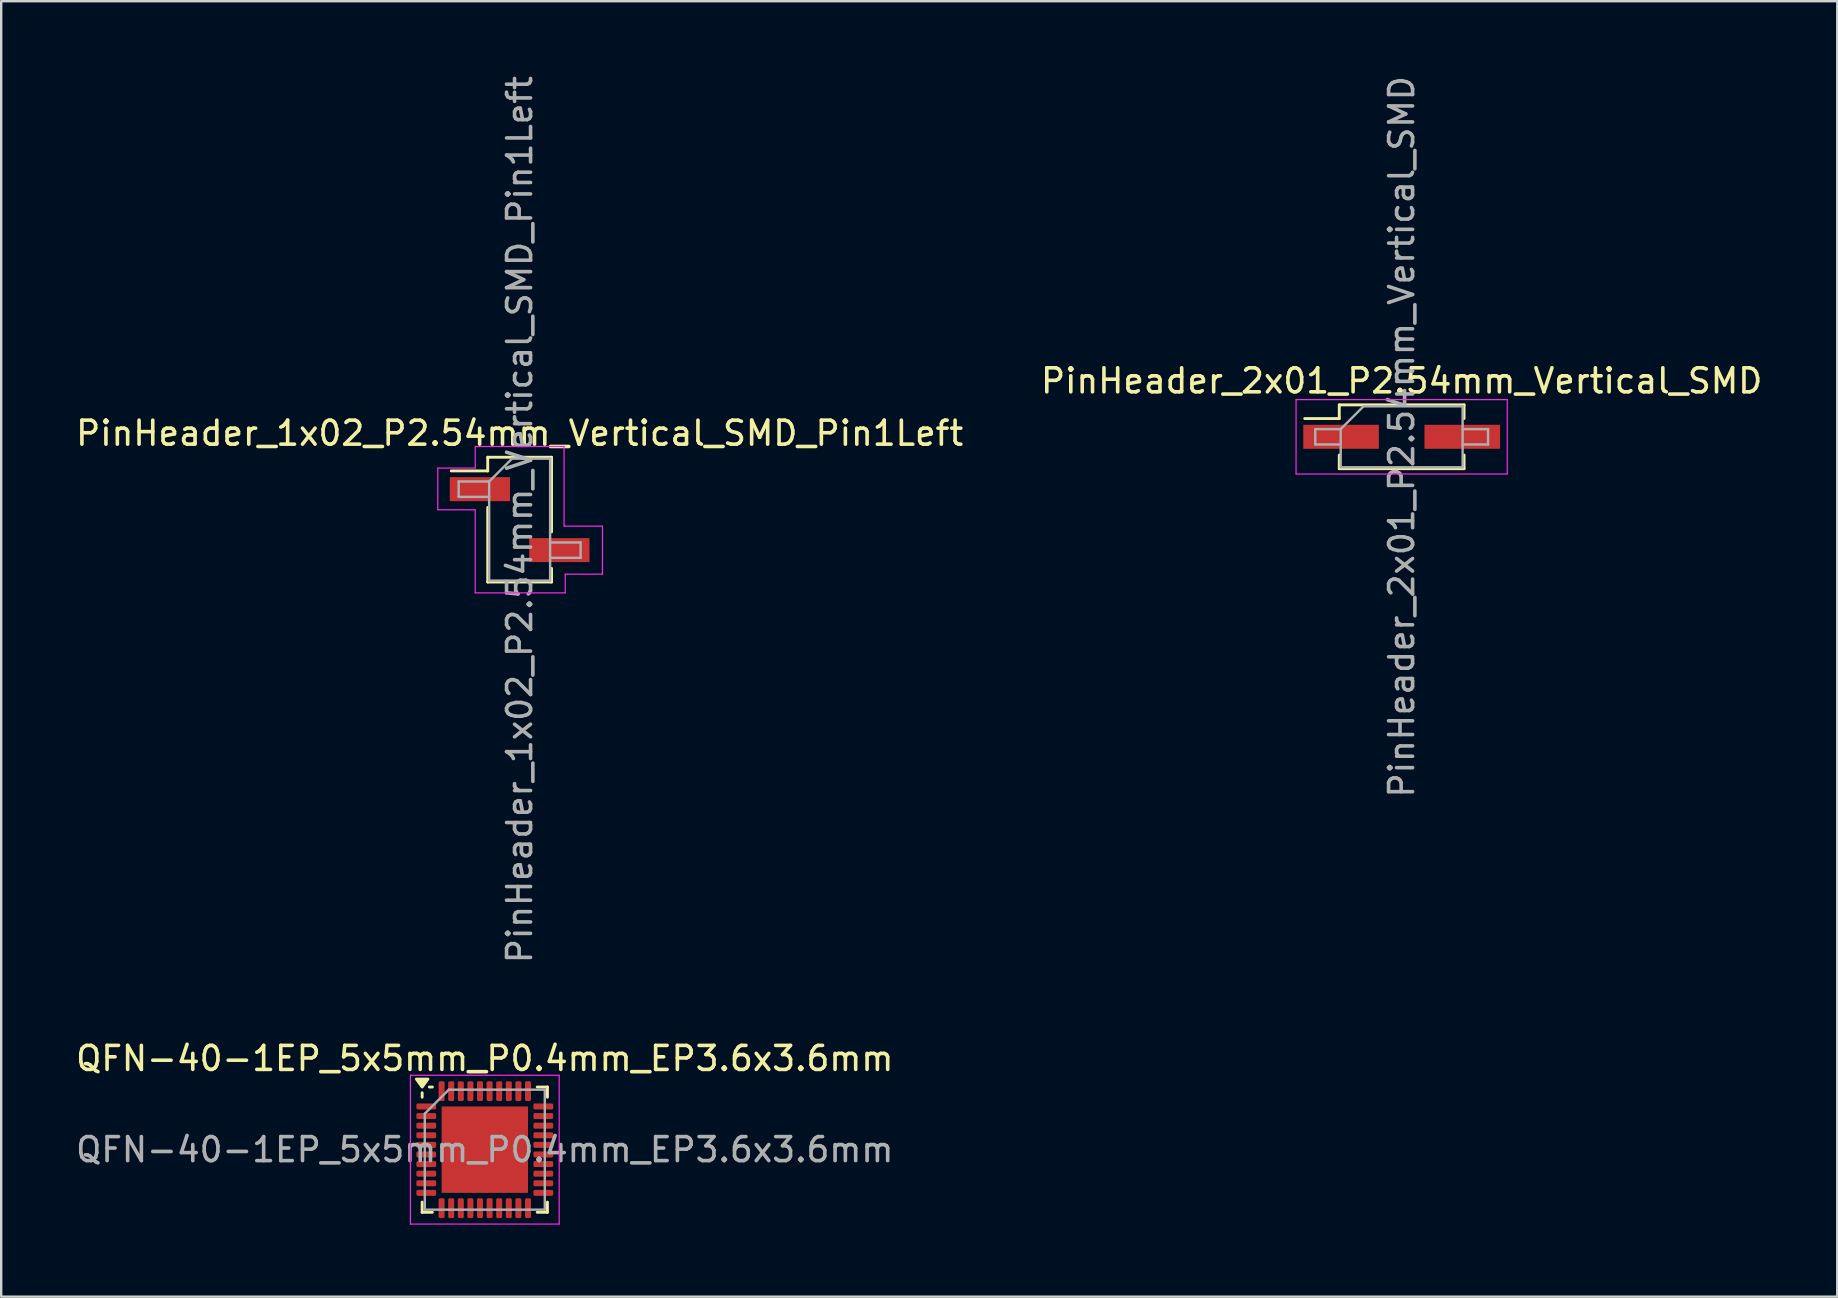
<source format=kicad_pcb>
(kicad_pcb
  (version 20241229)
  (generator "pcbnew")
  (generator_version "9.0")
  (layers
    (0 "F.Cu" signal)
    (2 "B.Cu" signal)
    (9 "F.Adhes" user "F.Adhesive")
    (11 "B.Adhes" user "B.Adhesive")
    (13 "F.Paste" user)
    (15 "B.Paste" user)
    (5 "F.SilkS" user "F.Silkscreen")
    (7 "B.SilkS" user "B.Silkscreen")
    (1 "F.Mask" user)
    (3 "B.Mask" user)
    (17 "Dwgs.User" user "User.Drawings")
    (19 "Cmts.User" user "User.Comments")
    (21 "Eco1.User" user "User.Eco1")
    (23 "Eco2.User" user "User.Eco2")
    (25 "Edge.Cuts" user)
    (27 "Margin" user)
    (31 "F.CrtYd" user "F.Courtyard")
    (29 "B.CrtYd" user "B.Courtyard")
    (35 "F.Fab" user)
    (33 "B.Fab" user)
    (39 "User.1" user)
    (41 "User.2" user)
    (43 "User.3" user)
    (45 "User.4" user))
  (footprint "QFN-40-1EP_5x5mm_P0.4mm_EP3.6x3.6mm"
    (layer "F.Cu")
    (at 17.149 44.851)
    (property "Reference" "QFN-40-1EP_5x5mm_P0.4mm_EP3.6x3.6mm" (at 0 -3.8 0) (layer "F.SilkS") (effects (font (size 1 1) (thickness 0.15))))
    (attr smd)
    (fp_line (start -2.61 -2.185) (end -2.61 -2.37) (stroke (width 0.12) (type solid)) (layer "F.SilkS"))
    (fp_line (start -2.61 2.61) (end -2.61 2.185) (stroke (width 0.12) (type solid)) (layer "F.SilkS"))
    (fp_line (start -2.185 -2.61) (end -2.31 -2.61) (stroke (width 0.12) (type solid)) (layer "F.SilkS"))
    (fp_line (start -2.185 2.61) (end -2.61 2.61) (stroke (width 0.12) (type solid)) (layer "F.SilkS"))
    (fp_line (start 2.185 -2.61) (end 2.61 -2.61) (stroke (width 0.12) (type solid)) (layer "F.SilkS"))
    (fp_line (start 2.185 2.61) (end 2.61 2.61) (stroke (width 0.12) (type solid)) (layer "F.SilkS"))
    (fp_line (start 2.61 -2.61) (end 2.61 -2.185) (stroke (width 0.12) (type solid)) (layer "F.SilkS"))
    (fp_line (start 2.61 2.61) (end 2.61 2.185) (stroke (width 0.12) (type solid)) (layer "F.SilkS"))
    (fp_poly (pts (xy -2.61 -2.61) (xy -2.85 -2.94) (xy -2.37 -2.94) (xy -2.61 -2.61)) (stroke (width 0.12) (type solid)) (fill yes) (layer "F.SilkS"))
    (fp_line (start -3.1 -3.1) (end -3.1 3.1) (stroke (width 0.05) (type solid)) (layer "F.CrtYd"))
    (fp_line (start -3.1 3.1) (end 3.1 3.1) (stroke (width 0.05) (type solid)) (layer "F.CrtYd"))
    (fp_line (start 3.1 -3.1) (end -3.1 -3.1) (stroke (width 0.05) (type solid)) (layer "F.CrtYd"))
    (fp_line (start 3.1 3.1) (end 3.1 -3.1) (stroke (width 0.05) (type solid)) (layer "F.CrtYd"))
    (fp_line (start -2.5 -1.5) (end -1.5 -2.5) (stroke (width 0.1) (type solid)) (layer "F.Fab"))
    (fp_line (start -2.5 2.5) (end -2.5 -1.5) (stroke (width 0.1) (type solid)) (layer "F.Fab"))
    (fp_line (start -1.5 -2.5) (end 2.5 -2.5) (stroke (width 0.1) (type solid)) (layer "F.Fab"))
    (fp_line (start 2.5 -2.5) (end 2.5 2.5) (stroke (width 0.1) (type solid)) (layer "F.Fab"))
    (fp_line (start 2.5 2.5) (end -2.5 2.5) (stroke (width 0.1) (type solid)) (layer "F.Fab"))
    (fp_text user "${REFERENCE}" (at 0 0 0) (layer "F.Fab") (effects (font (size 1 1) (thickness 0.15))))
    (pad "" smd roundrect (at -1.2 -1.2) (size 0.97 0.97) (layers "F.Paste") (roundrect_rratio 0.25))
    (pad "" smd roundrect (at -1.2 0) (size 0.97 0.97) (layers "F.Paste") (roundrect_rratio 0.25))
    (pad "" smd roundrect (at -1.2 1.2) (size 0.97 0.97) (layers "F.Paste") (roundrect_rratio 0.25))
    (pad "" smd roundrect (at 0 -1.2) (size 0.97 0.97) (layers "F.Paste") (roundrect_rratio 0.25))
    (pad "" smd roundrect (at 0 0) (size 0.97 0.97) (layers "F.Paste") (roundrect_rratio 0.25))
    (pad "" smd roundrect (at 0 1.2) (size 0.97 0.97) (layers "F.Paste") (roundrect_rratio 0.25))
    (pad "" smd roundrect (at 1.2 -1.2) (size 0.97 0.97) (layers "F.Paste") (roundrect_rratio 0.25))
    (pad "" smd roundrect (at 1.2 0) (size 0.97 0.97) (layers "F.Paste") (roundrect_rratio 0.25))
    (pad "" smd roundrect (at 1.2 1.2) (size 0.97 0.97) (layers "F.Paste") (roundrect_rratio 0.25))
    (pad "1" smd roundrect (at -2.438 -1.8) (size 0.825 0.25) (layers "F.Cu" "F.Mask" "F.Paste") (roundrect_rratio 0.25))
    (pad "2" smd roundrect (at -2.438 -1.4) (size 0.825 0.25) (layers "F.Cu" "F.Mask" "F.Paste") (roundrect_rratio 0.25))
    (pad "3" smd roundrect (at -2.438 -1) (size 0.825 0.25) (layers "F.Cu" "F.Mask" "F.Paste") (roundrect_rratio 0.25))
    (pad "4" smd roundrect (at -2.438 -0.6) (size 0.825 0.25) (layers "F.Cu" "F.Mask" "F.Paste") (roundrect_rratio 0.25))
    (pad "5" smd roundrect (at -2.438 -0.2) (size 0.825 0.25) (layers "F.Cu" "F.Mask" "F.Paste") (roundrect_rratio 0.25))
    (pad "6" smd roundrect (at -2.438 0.2) (size 0.825 0.25) (layers "F.Cu" "F.Mask" "F.Paste") (roundrect_rratio 0.25))
    (pad "7" smd roundrect (at -2.438 0.6) (size 0.825 0.25) (layers "F.Cu" "F.Mask" "F.Paste") (roundrect_rratio 0.25))
    (pad "8" smd roundrect (at -2.438 1) (size 0.825 0.25) (layers "F.Cu" "F.Mask" "F.Paste") (roundrect_rratio 0.25))
    (pad "9" smd roundrect (at -2.438 1.4) (size 0.825 0.25) (layers "F.Cu" "F.Mask" "F.Paste") (roundrect_rratio 0.25))
    (pad "10" smd roundrect (at -2.438 1.8) (size 0.825 0.25) (layers "F.Cu" "F.Mask" "F.Paste") (roundrect_rratio 0.25))
    (pad "11" smd roundrect (at -1.8 2.438) (size 0.25 0.825) (layers "F.Cu" "F.Mask" "F.Paste") (roundrect_rratio 0.25))
    (pad "12" smd roundrect (at -1.4 2.438) (size 0.25 0.825) (layers "F.Cu" "F.Mask" "F.Paste") (roundrect_rratio 0.25))
    (pad "13" smd roundrect (at -1 2.438) (size 0.25 0.825) (layers "F.Cu" "F.Mask" "F.Paste") (roundrect_rratio 0.25))
    (pad "14" smd roundrect (at -0.6 2.438) (size 0.25 0.825) (layers "F.Cu" "F.Mask" "F.Paste") (roundrect_rratio 0.25))
    (pad "15" smd roundrect (at -0.2 2.438) (size 0.25 0.825) (layers "F.Cu" "F.Mask" "F.Paste") (roundrect_rratio 0.25))
    (pad "16" smd roundrect (at 0.2 2.438) (size 0.25 0.825) (layers "F.Cu" "F.Mask" "F.Paste") (roundrect_rratio 0.25))
    (pad "17" smd roundrect (at 0.6 2.438) (size 0.25 0.825) (layers "F.Cu" "F.Mask" "F.Paste") (roundrect_rratio 0.25))
    (pad "18" smd roundrect (at 1 2.438) (size 0.25 0.825) (layers "F.Cu" "F.Mask" "F.Paste") (roundrect_rratio 0.25))
    (pad "19" smd roundrect (at 1.4 2.438) (size 0.25 0.825) (layers "F.Cu" "F.Mask" "F.Paste") (roundrect_rratio 0.25))
    (pad "20" smd roundrect (at 1.8 2.438) (size 0.25 0.825) (layers "F.Cu" "F.Mask" "F.Paste") (roundrect_rratio 0.25))
    (pad "21" smd roundrect (at 2.438 1.8) (size 0.825 0.25) (layers "F.Cu" "F.Mask" "F.Paste") (roundrect_rratio 0.25))
    (pad "22" smd roundrect (at 2.438 1.4) (size 0.825 0.25) (layers "F.Cu" "F.Mask" "F.Paste") (roundrect_rratio 0.25))
    (pad "23" smd roundrect (at 2.438 1) (size 0.825 0.25) (layers "F.Cu" "F.Mask" "F.Paste") (roundrect_rratio 0.25))
    (pad "24" smd roundrect (at 2.438 0.6) (size 0.825 0.25) (layers "F.Cu" "F.Mask" "F.Paste") (roundrect_rratio 0.25))
    (pad "25" smd roundrect (at 2.438 0.2) (size 0.825 0.25) (layers "F.Cu" "F.Mask" "F.Paste") (roundrect_rratio 0.25))
    (pad "26" smd roundrect (at 2.438 -0.2) (size 0.825 0.25) (layers "F.Cu" "F.Mask" "F.Paste") (roundrect_rratio 0.25))
    (pad "27" smd roundrect (at 2.438 -0.6) (size 0.825 0.25) (layers "F.Cu" "F.Mask" "F.Paste") (roundrect_rratio 0.25))
    (pad "28" smd roundrect (at 2.438 -1) (size 0.825 0.25) (layers "F.Cu" "F.Mask" "F.Paste") (roundrect_rratio 0.25))
    (pad "29" smd roundrect (at 2.438 -1.4) (size 0.825 0.25) (layers "F.Cu" "F.Mask" "F.Paste") (roundrect_rratio 0.25))
    (pad "30" smd roundrect (at 2.438 -1.8) (size 0.825 0.25) (layers "F.Cu" "F.Mask" "F.Paste") (roundrect_rratio 0.25))
    (pad "31" smd roundrect (at 1.8 -2.438) (size 0.25 0.825) (layers "F.Cu" "F.Mask" "F.Paste") (roundrect_rratio 0.25))
    (pad "32" smd roundrect (at 1.4 -2.438) (size 0.25 0.825) (layers "F.Cu" "F.Mask" "F.Paste") (roundrect_rratio 0.25))
    (pad "33" smd roundrect (at 1 -2.438) (size 0.25 0.825) (layers "F.Cu" "F.Mask" "F.Paste") (roundrect_rratio 0.25))
    (pad "34" smd roundrect (at 0.6 -2.438) (size 0.25 0.825) (layers "F.Cu" "F.Mask" "F.Paste") (roundrect_rratio 0.25))
    (pad "35" smd roundrect (at 0.2 -2.438) (size 0.25 0.825) (layers "F.Cu" "F.Mask" "F.Paste") (roundrect_rratio 0.25))
    (pad "36" smd roundrect (at -0.2 -2.438) (size 0.25 0.825) (layers "F.Cu" "F.Mask" "F.Paste") (roundrect_rratio 0.25))
    (pad "37" smd roundrect (at -0.6 -2.438) (size 0.25 0.825) (layers "F.Cu" "F.Mask" "F.Paste") (roundrect_rratio 0.25))
    (pad "38" smd roundrect (at -1 -2.438) (size 0.25 0.825) (layers "F.Cu" "F.Mask" "F.Paste") (roundrect_rratio 0.25))
    (pad "39" smd roundrect (at -1.4 -2.438) (size 0.25 0.825) (layers "F.Cu" "F.Mask" "F.Paste") (roundrect_rratio 0.25))
    (pad "40" smd roundrect (at -1.8 -2.438) (size 0.25 0.825) (layers "F.Cu" "F.Mask" "F.Paste") (roundrect_rratio 0.25))
    (pad "41" smd rect (at 0 0) (size 3.6 3.6) (property pad_prop_heatsink) (layers "F.Cu" "F.Mask")))
  (footprint "PinHeader_2x01_P2.54mm_Vertical_SMD"
    (layer "F.Cu")
    (at 55.351 15.149)
    (property "Reference" "PinHeader_2x01_P2.54mm_Vertical_SMD" (at 0 -2.33 0) (layer "F.SilkS") (effects (font (size 1 1) (thickness 0.15))))
    (attr smd)
    (fp_line (start -4.04 -0.76) (end -2.6 -0.76) (stroke (width 0.12) (type solid)) (layer "F.SilkS"))
    (fp_line (start -2.6 -1.33) (end -2.6 -0.76) (stroke (width 0.12) (type solid)) (layer "F.SilkS"))
    (fp_line (start -2.6 -1.33) (end 2.6 -1.33) (stroke (width 0.12) (type solid)) (layer "F.SilkS"))
    (fp_line (start -2.6 0.76) (end -2.6 1.33) (stroke (width 0.12) (type solid)) (layer "F.SilkS"))
    (fp_line (start -2.6 1.33) (end 2.6 1.33) (stroke (width 0.12) (type solid)) (layer "F.SilkS"))
    (fp_line (start 2.6 -1.33) (end 2.6 -0.76) (stroke (width 0.12) (type solid)) (layer "F.SilkS"))
    (fp_line (start 2.6 0.76) (end 2.6 1.33) (stroke (width 0.12) (type solid)) (layer "F.SilkS"))
    (fp_line (start -4.4 -1.55) (end -4.4 1.55) (stroke (width 0.05) (type solid)) (layer "F.CrtYd"))
    (fp_line (start -4.4 1.55) (end 4.4 1.55) (stroke (width 0.05) (type solid)) (layer "F.CrtYd"))
    (fp_line (start 4.4 -1.55) (end -4.4 -1.55) (stroke (width 0.05) (type solid)) (layer "F.CrtYd"))
    (fp_line (start 4.4 1.55) (end 4.4 -1.55) (stroke (width 0.05) (type solid)) (layer "F.CrtYd"))
    (fp_line (start -3.6 -0.32) (end -3.6 0.32) (stroke (width 0.1) (type solid)) (layer "F.Fab"))
    (fp_line (start -3.6 0.32) (end -2.54 0.32) (stroke (width 0.1) (type solid)) (layer "F.Fab"))
    (fp_line (start -2.54 -0.32) (end -3.6 -0.32) (stroke (width 0.1) (type solid)) (layer "F.Fab"))
    (fp_line (start -2.54 -0.32) (end -1.59 -1.27) (stroke (width 0.1) (type solid)) (layer "F.Fab"))
    (fp_line (start -2.54 1.27) (end -2.54 -0.32) (stroke (width 0.1) (type solid)) (layer "F.Fab"))
    (fp_line (start -1.59 -1.27) (end 2.54 -1.27) (stroke (width 0.1) (type solid)) (layer "F.Fab"))
    (fp_line (start 2.54 -1.27) (end 2.54 1.27) (stroke (width 0.1) (type solid)) (layer "F.Fab"))
    (fp_line (start 2.54 -0.32) (end 3.6 -0.32) (stroke (width 0.1) (type solid)) (layer "F.Fab"))
    (fp_line (start 2.54 1.27) (end -2.54 1.27) (stroke (width 0.1) (type solid)) (layer "F.Fab"))
    (fp_line (start 3.6 -0.32) (end 3.6 0.32) (stroke (width 0.1) (type solid)) (layer "F.Fab"))
    (fp_line (start 3.6 0.32) (end 2.54 0.32) (stroke (width 0.1) (type solid)) (layer "F.Fab"))
    (fp_text user "${REFERENCE}" (at 0 0 90) (layer "F.Fab") (effects (font (size 1 1) (thickness 0.15))))
    (pad "1" smd rect (at -2.525 0) (size 3.15 1) (layers "F.Cu" "F.Mask" "F.Paste"))
    (pad "2" smd rect (at 2.525 0) (size 3.15 1) (layers "F.Cu" "F.Mask" "F.Paste")))
  (footprint "PinHeader_1x02_P2.54mm_Vertical_SMD_Pin1Left"
    (layer "F.Cu")
    (at 18.601 18.601)
    (property "Reference" "PinHeader_1x02_P2.54mm_Vertical_SMD_Pin1Left" (at 0 -3.6 0) (layer "F.SilkS") (effects (font (size 1 1) (thickness 0.15))))
    (attr smd)
    (fp_line (start -1.33 -2.6) (end -1.33 -2.03) (stroke (width 0.12) (type solid)) (layer "F.SilkS"))
    (fp_line (start -1.33 -2.6) (end 1.33 -2.6) (stroke (width 0.12) (type solid)) (layer "F.SilkS"))
    (fp_line (start -1.33 -2.03) (end -2.85 -2.03) (stroke (width 0.12) (type solid)) (layer "F.SilkS"))
    (fp_line (start -1.33 -0.51) (end -1.33 2.6) (stroke (width 0.12) (type solid)) (layer "F.SilkS"))
    (fp_line (start -1.33 2.6) (end 1.33 2.6) (stroke (width 0.12) (type solid)) (layer "F.SilkS"))
    (fp_line (start 1.33 -2.6) (end 1.33 0.51) (stroke (width 0.12) (type solid)) (layer "F.SilkS"))
    (fp_line (start 1.33 2.03) (end 1.33 2.6) (stroke (width 0.12) (type solid)) (layer "F.SilkS"))
    (fp_line (start -3.41 -2.15) (end -3.41 -0.41) (stroke (width 0.05) (type solid)) (layer "F.CrtYd"))
    (fp_line (start -3.41 -2.15) (end -1.85 -2.15) (stroke (width 0.05) (type default)) (layer "F.CrtYd"))
    (fp_line (start -1.85 -2.15) (end -1.85 -3.05) (stroke (width 0.05) (type default)) (layer "F.CrtYd"))
    (fp_line (start -1.85 -0.41) (end -3.4 -0.41) (stroke (width 0.05) (type solid)) (layer "F.CrtYd"))
    (fp_line (start -1.85 3.05) (end -1.85 -0.41) (stroke (width 0.05) (type solid)) (layer "F.CrtYd"))
    (fp_line (start -1.85 3.05) (end 1.9 3.05) (stroke (width 0.05) (type solid)) (layer "F.CrtYd"))
    (fp_line (start 1.85 -3.05) (end -1.85 -3.05) (stroke (width 0.05) (type solid)) (layer "F.CrtYd"))
    (fp_line (start 1.85 0.27) (end 1.85 -3.05) (stroke (width 0.05) (type default)) (layer "F.CrtYd"))
    (fp_line (start 1.9 2.27) (end 1.9 3.05) (stroke (width 0.05) (type default)) (layer "F.CrtYd"))
    (fp_line (start 3.45 0.27) (end 1.85 0.27) (stroke (width 0.05) (type solid)) (layer "F.CrtYd"))
    (fp_line (start 3.45 2.27) (end 1.9 2.27) (stroke (width 0.05) (type solid)) (layer "F.CrtYd"))
    (fp_line (start 3.45 2.27) (end 3.45 0.27) (stroke (width 0.05) (type solid)) (layer "F.CrtYd"))
    (fp_line (start -2.54 -1.59) (end -2.54 -0.95) (stroke (width 0.1) (type solid)) (layer "F.Fab"))
    (fp_line (start -2.54 -0.95) (end -1.27 -0.95) (stroke (width 0.1) (type solid)) (layer "F.Fab"))
    (fp_line (start -1.27 -1.59) (end -2.54 -1.59) (stroke (width 0.1) (type solid)) (layer "F.Fab"))
    (fp_line (start -1.27 -1.59) (end -0.32 -2.54) (stroke (width 0.1) (type solid)) (layer "F.Fab"))
    (fp_line (start -1.27 2.54) (end -1.27 -1.59) (stroke (width 0.1) (type solid)) (layer "F.Fab"))
    (fp_line (start -0.32 -2.54) (end 1.27 -2.54) (stroke (width 0.1) (type solid)) (layer "F.Fab"))
    (fp_line (start 1.27 -2.54) (end 1.27 2.54) (stroke (width 0.1) (type solid)) (layer "F.Fab"))
    (fp_line (start 1.27 0.95) (end 2.54 0.95) (stroke (width 0.1) (type solid)) (layer "F.Fab"))
    (fp_line (start 1.27 2.54) (end -1.27 2.54) (stroke (width 0.1) (type solid)) (layer "F.Fab"))
    (fp_line (start 2.54 0.95) (end 2.54 1.59) (stroke (width 0.1) (type solid)) (layer "F.Fab"))
    (fp_line (start 2.54 1.59) (end 1.27 1.59) (stroke (width 0.1) (type solid)) (layer "F.Fab"))
    (fp_text user "${REFERENCE}" (at 0 0 90) (layer "F.Fab") (effects (font (size 1 1) (thickness 0.15))))
    (pad "1" smd rect (at -1.655 -1.27) (size 2.51 1) (layers "F.Cu" "F.Mask" "F.Paste"))
    (pad "2" smd rect (at 1.655 1.27) (size 2.51 1) (layers "F.Cu" "F.Mask" "F.Paste")))
  (gr_rect
    (start -3 -3)
    (end 73.5 50.976)
    (stroke (width 0.1) (type default))
    (fill no)
    (layer "Edge.Cuts")))
</source>
